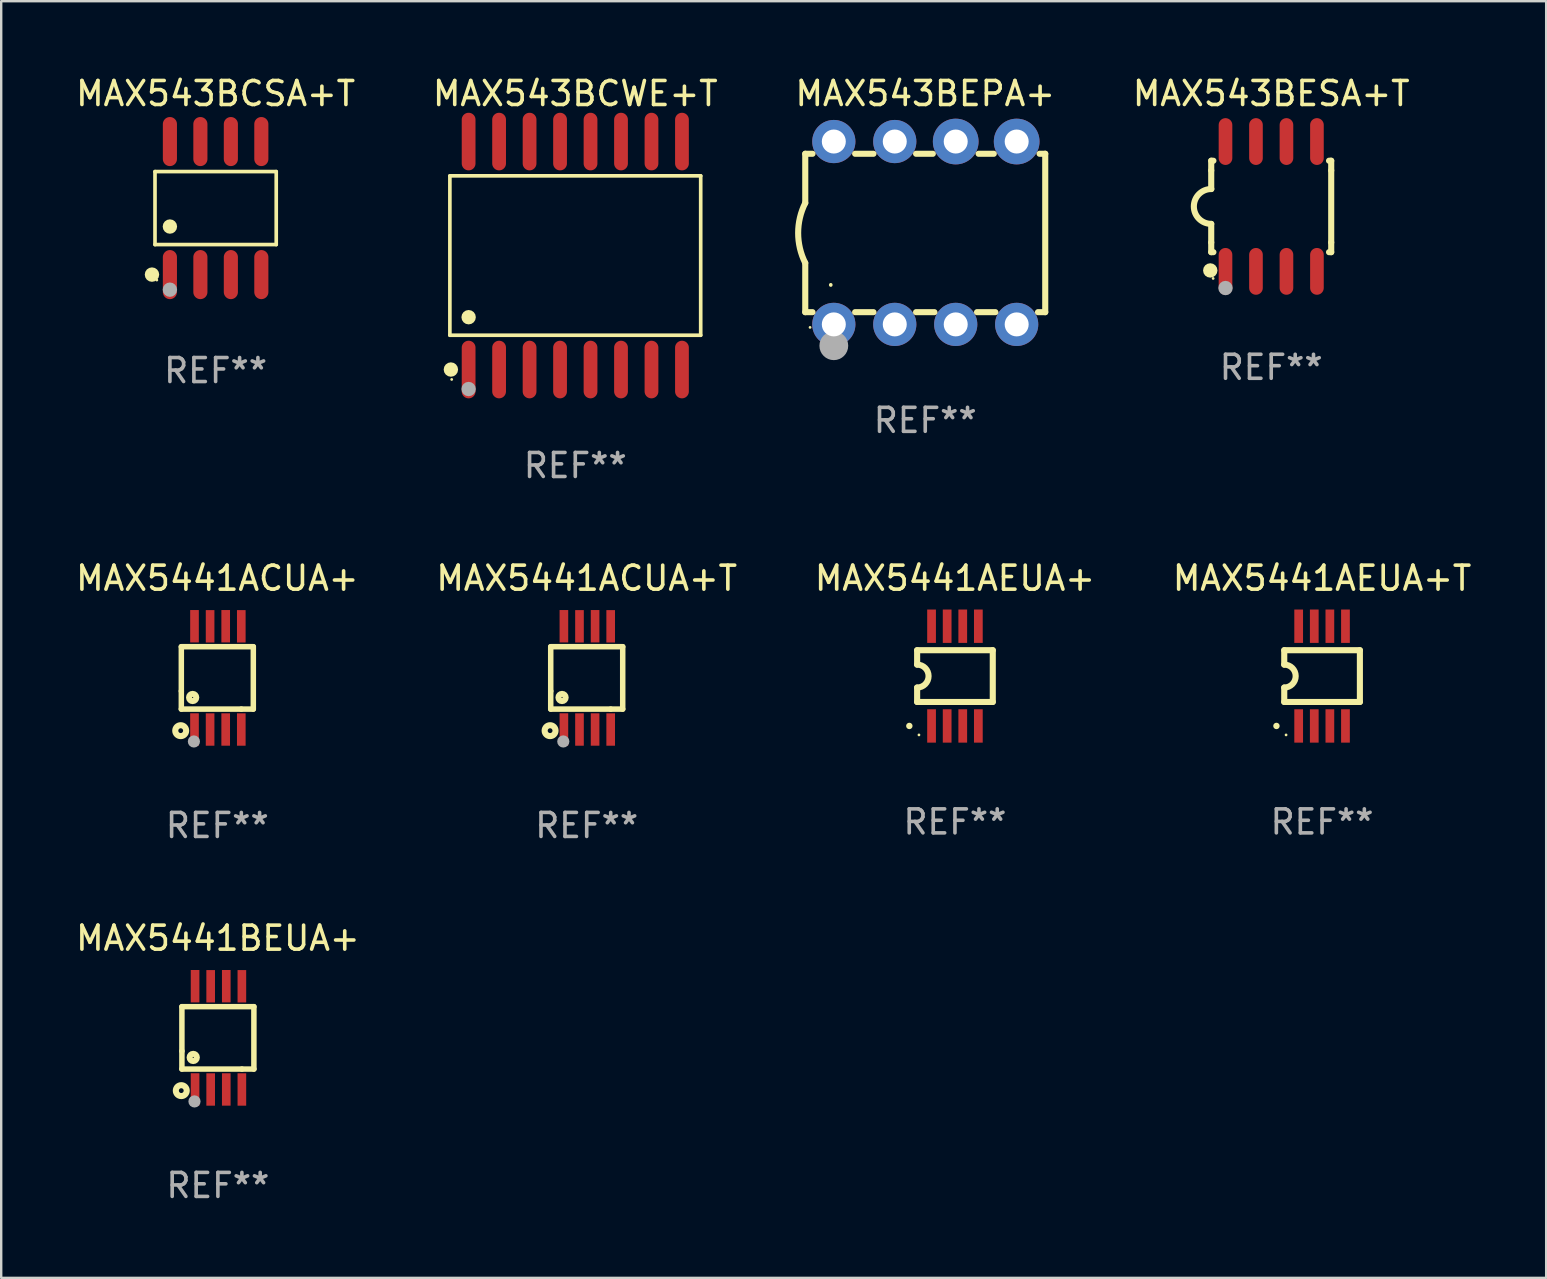
<source format=kicad_pcb>
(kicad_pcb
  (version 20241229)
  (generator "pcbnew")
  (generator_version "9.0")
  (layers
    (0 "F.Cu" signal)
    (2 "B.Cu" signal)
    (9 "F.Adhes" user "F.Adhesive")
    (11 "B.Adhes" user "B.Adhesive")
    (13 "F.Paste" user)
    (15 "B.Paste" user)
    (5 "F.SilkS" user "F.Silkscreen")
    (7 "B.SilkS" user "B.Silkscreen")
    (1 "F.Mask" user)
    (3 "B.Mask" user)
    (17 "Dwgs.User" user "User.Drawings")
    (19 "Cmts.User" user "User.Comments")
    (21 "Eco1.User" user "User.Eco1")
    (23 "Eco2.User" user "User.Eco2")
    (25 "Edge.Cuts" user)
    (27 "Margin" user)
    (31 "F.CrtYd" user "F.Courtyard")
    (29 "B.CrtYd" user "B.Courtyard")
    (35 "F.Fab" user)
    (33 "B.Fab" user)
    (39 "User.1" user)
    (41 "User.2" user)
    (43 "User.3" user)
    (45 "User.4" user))
  (footprint "MAX543BEPA+"
    (layer "F.Cu")
    (at 35.506 6.658)
    (property "Reference" "MAX543BEPA+" (at 0 -5.81 0) (layer "F.SilkS") (effects (font (size 1 1) (thickness 0.15))))
    (attr through_hole)
    (fp_line (start -5 -3.3) (end -5 -1.25) (stroke (width 0.254) (type solid)) (layer "F.SilkS"))
    (fp_line (start -5 -3.3) (end -4.698 -3.3) (stroke (width 0.254) (type solid)) (layer "F.SilkS"))
    (fp_line (start -5 3.3) (end -5 1.25) (stroke (width 0.254) (type solid)) (layer "F.SilkS"))
    (fp_line (start -5 3.3) (end -4.698 3.3) (stroke (width 0.254) (type solid)) (layer "F.SilkS"))
    (fp_line (start -2.922 -3.3) (end -2.158 -3.3) (stroke (width 0.254) (type solid)) (layer "F.SilkS"))
    (fp_line (start -2.922 3.3) (end -2.158 3.3) (stroke (width 0.254) (type solid)) (layer "F.SilkS"))
    (fp_line (start -0.382 -3.3) (end 0.316 -3.3) (stroke (width 0.254) (type solid)) (layer "F.SilkS"))
    (fp_line (start -0.382 3.3) (end 0.382 3.3) (stroke (width 0.254) (type solid)) (layer "F.SilkS"))
    (fp_line (start 2.158 3.3) (end 2.922 3.3) (stroke (width 0.254) (type solid)) (layer "F.SilkS"))
    (fp_line (start 2.224 -3.3) (end 2.856 -3.3) (stroke (width 0.254) (type solid)) (layer "F.SilkS"))
    (fp_line (start 4.698 3.3) (end 5 3.3) (stroke (width 0.254) (type solid)) (layer "F.SilkS"))
    (fp_line (start 4.764 -3.3) (end 5 -3.3) (stroke (width 0.254) (type solid)) (layer "F.SilkS"))
    (fp_line (start 5 -3.3) (end 5 3.3) (stroke (width 0.254) (type solid)) (layer "F.SilkS"))
    (fp_arc (start -5.00127 1.249682) (mid -5.295892 -0.000313) (end -5.000025 -1.250013) (stroke (width 0.254001) (type solid)) (layer "F.SilkS"))
    (fp_arc (start -3.937262 2.170256) (mid -3.937197 2.164629) (end -3.937008 2.159004) (stroke (width 0.149987) (type solid)) (layer "F.SilkS"))
    (fp_circle (center -4.8 3.935) (end -4.77 3.935) (stroke (width 0.06) (type solid)) (fill no) (layer "F.SilkS"))
    (fp_circle (center -3.81 4.699) (end -3.51 4.699) (stroke (width 0.6) (type solid)) (fill no) (layer "F.Fab"))
    (fp_text user "REF**" (at 0 7.81 0) (layer "F.Fab") (effects (font (size 1 1) (thickness 0.15))))
    (pad "1" thru_hole circle (at -3.81 3.81) (size 1.8 1.8) (drill 1) (layers "*.Cu" "*.Mask"))
    (pad "2" thru_hole circle (at -1.27 3.81) (size 1.8 1.8) (drill 1) (layers "*.Cu" "*.Mask"))
    (pad "3" thru_hole circle (at 1.27 3.81) (size 1.8 1.8) (drill 1) (layers "*.Cu" "*.Mask"))
    (pad "4" thru_hole circle (at 3.81 3.81) (size 1.8 1.8) (drill 1) (layers "*.Cu" "*.Mask"))
    (pad "5" thru_hole circle (at 3.81 -3.81) (size 1.905 1.905) (drill 1) (layers "*.Cu" "*.Mask"))
    (pad "6" thru_hole circle (at 1.27 -3.81) (size 1.905 1.905) (drill 1) (layers "*.Cu" "*.Mask"))
    (pad "7" thru_hole circle (at -1.27 -3.81) (size 1.8 1.8) (drill 1) (layers "*.Cu" "*.Mask"))
    (pad "8" thru_hole circle (at -3.81 -3.81) (size 1.8 1.8) (drill 1) (layers "*.Cu" "*.Mask")))
  (footprint "MAX543BCWE+T"
    (layer "F.Cu")
    (at 20.923 7.599)
    (property "Reference" "MAX543BCWE+T" (at 0 -6.75 0) (layer "F.SilkS") (effects (font (size 1 1) (thickness 0.15))))
    (attr through_hole)
    (fp_line (start -5.226 -3.321) (end 5.226 -3.321) (stroke (width 0.152) (type solid)) (layer "F.SilkS"))
    (fp_line (start -5.226 3.321) (end -5.226 -3.321) (stroke (width 0.152) (type solid)) (layer "F.SilkS"))
    (fp_line (start 5.226 -3.321) (end 5.226 3.321) (stroke (width 0.152) (type solid)) (layer "F.SilkS"))
    (fp_line (start 5.226 3.321) (end -5.226 3.321) (stroke (width 0.152) (type solid)) (layer "F.SilkS"))
    (fp_circle (center -5.184 4.75) (end -5.034 4.75) (stroke (width 0.3) (type solid)) (fill no) (layer "F.SilkS"))
    (fp_circle (center -5.15 5.163) (end -5.12 5.163) (stroke (width 0.06) (type solid)) (fill no) (layer "F.SilkS"))
    (fp_circle (center -4.445 2.569) (end -4.295 2.569) (stroke (width 0.3) (type solid)) (fill no) (layer "F.SilkS"))
    (fp_circle (center -4.445 5.563) (end -4.295 5.563) (stroke (width 0.3) (type solid)) (fill no) (layer "F.Fab"))
    (fp_text user "REF**" (at 0 8.75 0) (layer "F.Fab") (effects (font (size 1 1) (thickness 0.15))))
    (pad "1" smd oval (at -4.445 4.75) (size 0.574 2.401) (layers "F.Cu" "F.Mask" "F.Paste"))
    (pad "2" smd oval (at -3.175 4.75) (size 0.574 2.401) (layers "F.Cu" "F.Mask" "F.Paste"))
    (pad "3" smd oval (at -1.905 4.75) (size 0.574 2.401) (layers "F.Cu" "F.Mask" "F.Paste"))
    (pad "4" smd oval (at -0.635 4.75) (size 0.574 2.401) (layers "F.Cu" "F.Mask" "F.Paste"))
    (pad "5" smd oval (at 0.635 4.75) (size 0.574 2.401) (layers "F.Cu" "F.Mask" "F.Paste"))
    (pad "6" smd oval (at 1.905 4.75) (size 0.574 2.401) (layers "F.Cu" "F.Mask" "F.Paste"))
    (pad "7" smd oval (at 3.175 4.75) (size 0.574 2.401) (layers "F.Cu" "F.Mask" "F.Paste"))
    (pad "8" smd oval (at 4.445 4.75) (size 0.574 2.401) (layers "F.Cu" "F.Mask" "F.Paste"))
    (pad "9" smd oval (at 4.445 -4.75) (size 0.574 2.401) (layers "F.Cu" "F.Mask" "F.Paste"))
    (pad "10" smd oval (at 3.175 -4.75) (size 0.574 2.401) (layers "F.Cu" "F.Mask" "F.Paste"))
    (pad "11" smd oval (at 1.905 -4.75) (size 0.574 2.401) (layers "F.Cu" "F.Mask" "F.Paste"))
    (pad "12" smd oval (at 0.635 -4.75) (size 0.574 2.401) (layers "F.Cu" "F.Mask" "F.Paste"))
    (pad "13" smd oval (at -0.635 -4.75) (size 0.574 2.401) (layers "F.Cu" "F.Mask" "F.Paste"))
    (pad "14" smd oval (at -1.905 -4.75) (size 0.574 2.401) (layers "F.Cu" "F.Mask" "F.Paste"))
    (pad "15" smd oval (at -3.175 -4.75) (size 0.574 2.401) (layers "F.Cu" "F.Mask" "F.Paste"))
    (pad "16" smd oval (at -4.445 -4.75) (size 0.574 2.401) (layers "F.Cu" "F.Mask" "F.Paste")))
  (footprint "MAX5441BEUA+"
    (layer "F.Cu")
    (at 6.03 40.198)
    (property "Reference" "MAX5441BEUA+" (at 0 -4.152 0) (layer "F.SilkS") (effects (font (size 1 1) (thickness 0.15))))
    (attr through_hole)
    (fp_line (start -1.5 1.301) (end 1 1.301) (stroke (width 0.229) (type solid)) (layer "F.SilkS"))
    (fp_line (start -1.5 -1.299) (end -1.5 0.551) (stroke (width 0.229) (type solid)) (layer "F.SilkS"))
    (fp_line (start -1.5 0.551) (end -1.5 1.301) (stroke (width 0.229) (type solid)) (layer "F.SilkS"))
    (fp_line (start 1 1.301) (end 1.5 1.301) (stroke (width 0.229) (type solid)) (layer "F.SilkS"))
    (fp_line (start 1.5 1.301) (end 1.5 -1.299) (stroke (width 0.229) (type solid)) (layer "F.SilkS"))
    (fp_line (start 1.5 -1.299) (end -1.5 -1.299) (stroke (width 0.229) (type solid)) (layer "F.SilkS"))
    (fp_circle (center -1.526 2.2) (end -1.426 2.2) (stroke (width 0.254) (type solid)) (fill no) (layer "F.SilkS"))
    (fp_circle (center -1.476 2.45) (end -1.446 2.45) (stroke (width 0.06) (type solid)) (fill no) (layer "F.SilkS"))
    (fp_circle (center -1.028 0.817) (end -0.878 0.817) (stroke (width 0.254) (type solid)) (fill no) (layer "F.SilkS"))
    (fp_circle (center -0.976 2.65) (end -0.849 2.65) (stroke (width 0.254) (type solid)) (fill no) (layer "F.Fab"))
    (fp_text user "REF**" (at 0 6.152 0) (layer "F.Fab") (effects (font (size 1 1) (thickness 0.15))))
    (pad "1" smd rect (at -0.951 2.15) (size 0.36 1.35) (layers "F.Cu" "F.Mask" "F.Paste"))
    (pad "2" smd rect (at -0.301 2.152) (size 0.36 1.35) (layers "F.Cu" "F.Mask" "F.Paste"))
    (pad "3" smd rect (at 0.349 2.151) (size 0.36 1.35) (layers "F.Cu" "F.Mask" "F.Paste"))
    (pad "4" smd rect (at 0.999 2.152) (size 0.36 1.35) (layers "F.Cu" "F.Mask" "F.Paste"))
    (pad "5" smd rect (at 0.999 -2.149) (size 0.36 1.35) (layers "F.Cu" "F.Mask" "F.Paste"))
    (pad "6" smd rect (at 0.349 -2.152) (size 0.36 1.35) (layers "F.Cu" "F.Mask" "F.Paste"))
    (pad "7" smd rect (at -0.301 -2.149) (size 0.36 1.35) (layers "F.Cu" "F.Mask" "F.Paste"))
    (pad "8" smd rect (at -0.951 -2.152) (size 0.36 1.35) (layers "F.Cu" "F.Mask" "F.Paste")))
  (footprint "MAX5441ACUA+"
    (layer "F.Cu")
    (at 6.006 25.198)
    (property "Reference" "MAX5441ACUA+" (at 0 -4.152 0) (layer "F.SilkS") (effects (font (size 1 1) (thickness 0.15))))
    (attr through_hole)
    (fp_line (start -1.5 1.301) (end 1 1.301) (stroke (width 0.229) (type solid)) (layer "F.SilkS"))
    (fp_line (start -1.5 -1.299) (end -1.5 0.551) (stroke (width 0.229) (type solid)) (layer "F.SilkS"))
    (fp_line (start -1.5 0.551) (end -1.5 1.301) (stroke (width 0.229) (type solid)) (layer "F.SilkS"))
    (fp_line (start 1 1.301) (end 1.5 1.301) (stroke (width 0.229) (type solid)) (layer "F.SilkS"))
    (fp_line (start 1.5 1.301) (end 1.5 -1.299) (stroke (width 0.229) (type solid)) (layer "F.SilkS"))
    (fp_line (start 1.5 -1.299) (end -1.5 -1.299) (stroke (width 0.229) (type solid)) (layer "F.SilkS"))
    (fp_circle (center -1.526 2.2) (end -1.426 2.2) (stroke (width 0.254) (type solid)) (fill no) (layer "F.SilkS"))
    (fp_circle (center -1.476 2.45) (end -1.446 2.45) (stroke (width 0.06) (type solid)) (fill no) (layer "F.SilkS"))
    (fp_circle (center -1.028 0.817) (end -0.878 0.817) (stroke (width 0.254) (type solid)) (fill no) (layer "F.SilkS"))
    (fp_circle (center -0.976 2.65) (end -0.849 2.65) (stroke (width 0.254) (type solid)) (fill no) (layer "F.Fab"))
    (fp_text user "REF**" (at 0 6.152 0) (layer "F.Fab") (effects (font (size 1 1) (thickness 0.15))))
    (pad "1" smd rect (at -0.951 2.15) (size 0.36 1.35) (layers "F.Cu" "F.Mask" "F.Paste"))
    (pad "2" smd rect (at -0.301 2.152) (size 0.36 1.35) (layers "F.Cu" "F.Mask" "F.Paste"))
    (pad "3" smd rect (at 0.349 2.151) (size 0.36 1.35) (layers "F.Cu" "F.Mask" "F.Paste"))
    (pad "4" smd rect (at 0.999 2.152) (size 0.36 1.35) (layers "F.Cu" "F.Mask" "F.Paste"))
    (pad "5" smd rect (at 0.999 -2.149) (size 0.36 1.35) (layers "F.Cu" "F.Mask" "F.Paste"))
    (pad "6" smd rect (at 0.349 -2.152) (size 0.36 1.35) (layers "F.Cu" "F.Mask" "F.Paste"))
    (pad "7" smd rect (at -0.301 -2.149) (size 0.36 1.35) (layers "F.Cu" "F.Mask" "F.Paste"))
    (pad "8" smd rect (at -0.951 -2.152) (size 0.36 1.35) (layers "F.Cu" "F.Mask" "F.Paste")))
  (footprint "MAX5441AEUA+T"
    (layer "F.Cu")
    (at 52.042 25.123)
    (property "Reference" "MAX5441AEUA+T" (at 0 -4.078 0) (layer "F.SilkS") (effects (font (size 1 1) (thickness 0.15))))
    (attr through_hole)
    (fp_line (start -1.576 -1.078) (end -1.576 -0.478) (stroke (width 0.254) (type solid)) (layer "F.SilkS"))
    (fp_line (start -1.576 -1.078) (end 1.576 -1.078) (stroke (width 0.254) (type solid)) (layer "F.SilkS"))
    (fp_line (start -1.576 1.078) (end -1.576 0.478) (stroke (width 0.254) (type solid)) (layer "F.SilkS"))
    (fp_line (start 1.576 -1.078) (end 1.576 1.078) (stroke (width 0.254) (type solid)) (layer "F.SilkS"))
    (fp_line (start 1.576 1.078) (end -1.576 1.078) (stroke (width 0.254) (type solid)) (layer "F.SilkS"))
    (fp_arc (start -1.577343 -0.47752) (mid -1.099721 -0.000481) (end -1.5762 0.477699) (stroke (width 0.254001) (type solid)) (layer "F.SilkS"))
    (fp_circle (center -1.901 2.078) (end -1.834 2.078) (stroke (width 0.134) (type solid)) (fill no) (layer "F.SilkS"))
    (fp_circle (center -1.5 2.452) (end -1.47 2.452) (stroke (width 0.06) (type solid)) (fill no) (layer "F.SilkS"))
    (fp_text user "REF**" (at 0 6.078 0) (layer "F.Fab") (effects (font (size 1 1) (thickness 0.15))))
    (pad "1" smd rect (at -0.975 2.078) (size 0.364 1.391) (layers "F.Cu" "F.Mask" "F.Paste"))
    (pad "2" smd rect (at -0.325 2.078) (size 0.364 1.391) (layers "F.Cu" "F.Mask" "F.Paste"))
    (pad "3" smd rect (at 0.325 2.078) (size 0.364 1.391) (layers "F.Cu" "F.Mask" "F.Paste"))
    (pad "4" smd rect (at 0.975 2.078) (size 0.364 1.391) (layers "F.Cu" "F.Mask" "F.Paste"))
    (pad "5" smd rect (at 0.975 -2.078) (size 0.364 1.391) (layers "F.Cu" "F.Mask" "F.Paste"))
    (pad "6" smd rect (at 0.325 -2.078) (size 0.364 1.391) (layers "F.Cu" "F.Mask" "F.Paste"))
    (pad "7" smd rect (at -0.325 -2.078) (size 0.364 1.391) (layers "F.Cu" "F.Mask" "F.Paste"))
    (pad "8" smd rect (at -0.975 -2.078) (size 0.364 1.391) (layers "F.Cu" "F.Mask" "F.Paste")))
  (footprint "MAX543BCSA+T"
    (layer "F.Cu")
    (at 5.935 5.621)
    (property "Reference" "MAX543BCSA+T" (at 0 -4.772 0) (layer "F.SilkS") (effects (font (size 1 1) (thickness 0.15))))
    (attr through_hole)
    (fp_line (start -2.526 -1.521) (end 2.526 -1.521) (stroke (width 0.152) (type solid)) (layer "F.SilkS"))
    (fp_line (start -2.526 1.521) (end -2.526 -1.521) (stroke (width 0.152) (type solid)) (layer "F.SilkS"))
    (fp_line (start 2.526 -1.521) (end 2.526 1.521) (stroke (width 0.152) (type solid)) (layer "F.SilkS"))
    (fp_line (start 2.526 1.521) (end -2.526 1.521) (stroke (width 0.152) (type solid)) (layer "F.SilkS"))
    (fp_circle (center -2.652 2.772) (end -2.501 2.772) (stroke (width 0.3) (type solid)) (fill no) (layer "F.SilkS"))
    (fp_circle (center -2.45 3) (end -2.42 3) (stroke (width 0.06) (type solid)) (fill no) (layer "F.SilkS"))
    (fp_circle (center -1.905 0.769) (end -1.755 0.769) (stroke (width 0.3) (type solid)) (fill no) (layer "F.SilkS"))
    (fp_circle (center -1.905 3.4) (end -1.755 3.4) (stroke (width 0.3) (type solid)) (fill no) (layer "F.Fab"))
    (fp_text user "REF**" (at 0 6.772 0) (layer "F.Fab") (effects (font (size 1 1) (thickness 0.15))))
    (pad "1" smd oval (at -1.905 2.772) (size 0.588 2.045) (layers "F.Cu" "F.Mask" "F.Paste"))
    (pad "2" smd oval (at -0.635 2.772) (size 0.588 2.045) (layers "F.Cu" "F.Mask" "F.Paste"))
    (pad "3" smd oval (at 0.635 2.772) (size 0.588 2.045) (layers "F.Cu" "F.Mask" "F.Paste"))
    (pad "4" smd oval (at 1.905 2.772) (size 0.588 2.045) (layers "F.Cu" "F.Mask" "F.Paste"))
    (pad "5" smd oval (at 1.905 -2.772) (size 0.588 2.045) (layers "F.Cu" "F.Mask" "F.Paste"))
    (pad "6" smd oval (at 0.635 -2.772) (size 0.588 2.045) (layers "F.Cu" "F.Mask" "F.Paste"))
    (pad "7" smd oval (at -0.635 -2.772) (size 0.588 2.045) (layers "F.Cu" "F.Mask" "F.Paste"))
    (pad "8" smd oval (at -1.905 -2.772) (size 0.588 2.045) (layers "F.Cu" "F.Mask" "F.Paste")))
  (footprint "MAX5441ACUA+T"
    (layer "F.Cu")
    (at 21.399 25.198)
    (property "Reference" "MAX5441ACUA+T" (at 0 -4.152 0) (layer "F.SilkS") (effects (font (size 1 1) (thickness 0.15))))
    (attr through_hole)
    (fp_line (start -1.5 1.301) (end 1 1.301) (stroke (width 0.229) (type solid)) (layer "F.SilkS"))
    (fp_line (start -1.5 -1.299) (end -1.5 0.551) (stroke (width 0.229) (type solid)) (layer "F.SilkS"))
    (fp_line (start -1.5 0.551) (end -1.5 1.301) (stroke (width 0.229) (type solid)) (layer "F.SilkS"))
    (fp_line (start 1 1.301) (end 1.5 1.301) (stroke (width 0.229) (type solid)) (layer "F.SilkS"))
    (fp_line (start 1.5 1.301) (end 1.5 -1.299) (stroke (width 0.229) (type solid)) (layer "F.SilkS"))
    (fp_line (start 1.5 -1.299) (end -1.5 -1.299) (stroke (width 0.229) (type solid)) (layer "F.SilkS"))
    (fp_circle (center -1.526 2.2) (end -1.426 2.2) (stroke (width 0.254) (type solid)) (fill no) (layer "F.SilkS"))
    (fp_circle (center -1.476 2.45) (end -1.446 2.45) (stroke (width 0.06) (type solid)) (fill no) (layer "F.SilkS"))
    (fp_circle (center -1.028 0.817) (end -0.878 0.817) (stroke (width 0.254) (type solid)) (fill no) (layer "F.SilkS"))
    (fp_circle (center -0.976 2.65) (end -0.849 2.65) (stroke (width 0.254) (type solid)) (fill no) (layer "F.Fab"))
    (fp_text user "REF**" (at 0 6.152 0) (layer "F.Fab") (effects (font (size 1 1) (thickness 0.15))))
    (pad "1" smd rect (at -0.951 2.15) (size 0.36 1.35) (layers "F.Cu" "F.Mask" "F.Paste"))
    (pad "2" smd rect (at -0.301 2.152) (size 0.36 1.35) (layers "F.Cu" "F.Mask" "F.Paste"))
    (pad "3" smd rect (at 0.349 2.151) (size 0.36 1.35) (layers "F.Cu" "F.Mask" "F.Paste"))
    (pad "4" smd rect (at 0.999 2.152) (size 0.36 1.35) (layers "F.Cu" "F.Mask" "F.Paste"))
    (pad "5" smd rect (at 0.999 -2.149) (size 0.36 1.35) (layers "F.Cu" "F.Mask" "F.Paste"))
    (pad "6" smd rect (at 0.349 -2.152) (size 0.36 1.35) (layers "F.Cu" "F.Mask" "F.Paste"))
    (pad "7" smd rect (at -0.301 -2.149) (size 0.36 1.35) (layers "F.Cu" "F.Mask" "F.Paste"))
    (pad "8" smd rect (at -0.951 -2.152) (size 0.36 1.35) (layers "F.Cu" "F.Mask" "F.Paste")))
  (footprint "MAX543BESA+T"
    (layer "F.Cu")
    (at 49.923 5.553)
    (property "Reference" "MAX543BESA+T" (at 0 -4.705 0) (layer "F.SilkS") (effects (font (size 1 1) (thickness 0.15))))
    (attr through_hole)
    (fp_line (start -2.5 -1.905) (end -2.409 -1.905) (stroke (width 0.254) (type solid)) (layer "F.SilkS"))
    (fp_line (start -2.5 -1.5) (end -2.5 -1.905) (stroke (width 0.254) (type solid)) (layer "F.SilkS"))
    (fp_line (start -2.5 -1.5) (end -2.5 -0.726) (stroke (width 0.254) (type solid)) (layer "F.SilkS"))
    (fp_line (start -2.5 1.5) (end -2.5 0.727) (stroke (width 0.254) (type solid)) (layer "F.SilkS"))
    (fp_line (start -2.5 1.5) (end -2.5 1.905) (stroke (width 0.254) (type solid)) (layer "F.SilkS"))
    (fp_line (start -2.5 1.905) (end -2.409 1.905) (stroke (width 0.254) (type solid)) (layer "F.SilkS"))
    (fp_line (start 2.5 -1.905) (end 2.409 -1.905) (stroke (width 0.254) (type solid)) (layer "F.SilkS"))
    (fp_line (start 2.5 -1.5) (end 2.5 -1.905) (stroke (width 0.254) (type solid)) (layer "F.SilkS"))
    (fp_line (start 2.5 -1.5) (end 2.5 1.5) (stroke (width 0.254) (type solid)) (layer "F.SilkS"))
    (fp_line (start 2.5 1.5) (end 2.5 1.905) (stroke (width 0.254) (type solid)) (layer "F.SilkS"))
    (fp_line (start 2.5 1.905) (end 2.409 1.905) (stroke (width 0.254) (type solid)) (layer "F.SilkS"))
    (fp_arc (start -2.5 0.726568) (mid -3.220316 -0.0023) (end -2.495097 -0.726289) (stroke (width 0.254001) (type solid)) (layer "F.SilkS"))
    (fp_circle (center -2.54 2.667) (end -2.39 2.667) (stroke (width 0.3) (type solid)) (fill no) (layer "F.SilkS"))
    (fp_circle (center -2.42 3) (end -2.39 3) (stroke (width 0.06) (type solid)) (fill no) (layer "F.SilkS"))
    (fp_circle (center -1.905 3.4) (end -1.755 3.4) (stroke (width 0.3) (type solid)) (fill no) (layer "F.Fab"))
    (fp_text user "REF**" (at 0 6.705 0) (layer "F.Fab") (effects (font (size 1 1) (thickness 0.15))))
    (pad "1" smd oval (at -1.905 2.705) (size 0.568 1.95) (layers "F.Cu" "F.Mask" "F.Paste"))
    (pad "2" smd oval (at -0.635 2.705) (size 0.568 1.95) (layers "F.Cu" "F.Mask" "F.Paste"))
    (pad "3" smd oval (at 0.635 2.705) (size 0.568 1.95) (layers "F.Cu" "F.Mask" "F.Paste"))
    (pad "4" smd oval (at 1.905 2.705) (size 0.568 1.95) (layers "F.Cu" "F.Mask" "F.Paste"))
    (pad "5" smd oval (at 1.905 -2.705) (size 0.568 1.95) (layers "F.Cu" "F.Mask" "F.Paste"))
    (pad "6" smd oval (at 0.635 -2.705) (size 0.568 1.95) (layers "F.Cu" "F.Mask" "F.Paste"))
    (pad "7" smd oval (at -0.635 -2.705) (size 0.568 1.95) (layers "F.Cu" "F.Mask" "F.Paste"))
    (pad "8" smd oval (at -1.905 -2.705) (size 0.568 1.95) (layers "F.Cu" "F.Mask" "F.Paste")))
  (footprint "MAX5441AEUA+"
    (layer "F.Cu")
    (at 36.744 25.123)
    (property "Reference" "MAX5441AEUA+" (at 0 -4.078 0) (layer "F.SilkS") (effects (font (size 1 1) (thickness 0.15))))
    (attr through_hole)
    (fp_line (start -1.576 -1.078) (end -1.576 -0.478) (stroke (width 0.254) (type solid)) (layer "F.SilkS"))
    (fp_line (start -1.576 -1.078) (end 1.576 -1.078) (stroke (width 0.254) (type solid)) (layer "F.SilkS"))
    (fp_line (start -1.576 1.078) (end -1.576 0.478) (stroke (width 0.254) (type solid)) (layer "F.SilkS"))
    (fp_line (start 1.576 -1.078) (end 1.576 1.078) (stroke (width 0.254) (type solid)) (layer "F.SilkS"))
    (fp_line (start 1.576 1.078) (end -1.576 1.078) (stroke (width 0.254) (type solid)) (layer "F.SilkS"))
    (fp_arc (start -1.577343 -0.47752) (mid -1.099721 -0.000481) (end -1.5762 0.477699) (stroke (width 0.254001) (type solid)) (layer "F.SilkS"))
    (fp_circle (center -1.901 2.078) (end -1.834 2.078) (stroke (width 0.134) (type solid)) (fill no) (layer "F.SilkS"))
    (fp_circle (center -1.5 2.452) (end -1.47 2.452) (stroke (width 0.06) (type solid)) (fill no) (layer "F.SilkS"))
    (fp_text user "REF**" (at 0 6.078 0) (layer "F.Fab") (effects (font (size 1 1) (thickness 0.15))))
    (pad "1" smd rect (at -0.975 2.078) (size 0.364 1.391) (layers "F.Cu" "F.Mask" "F.Paste"))
    (pad "2" smd rect (at -0.325 2.078) (size 0.364 1.391) (layers "F.Cu" "F.Mask" "F.Paste"))
    (pad "3" smd rect (at 0.325 2.078) (size 0.364 1.391) (layers "F.Cu" "F.Mask" "F.Paste"))
    (pad "4" smd rect (at 0.975 2.078) (size 0.364 1.391) (layers "F.Cu" "F.Mask" "F.Paste"))
    (pad "5" smd rect (at 0.975 -2.078) (size 0.364 1.391) (layers "F.Cu" "F.Mask" "F.Paste"))
    (pad "6" smd rect (at 0.325 -2.078) (size 0.364 1.391) (layers "F.Cu" "F.Mask" "F.Paste"))
    (pad "7" smd rect (at -0.325 -2.078) (size 0.364 1.391) (layers "F.Cu" "F.Mask" "F.Paste"))
    (pad "8" smd rect (at -0.975 -2.078) (size 0.364 1.391) (layers "F.Cu" "F.Mask" "F.Paste")))
  (gr_rect
    (start -3 -3)
    (end 61.381 50.199)
    (stroke (width 0.1) (type default))
    (fill no)
    (layer "Edge.Cuts")))
</source>
